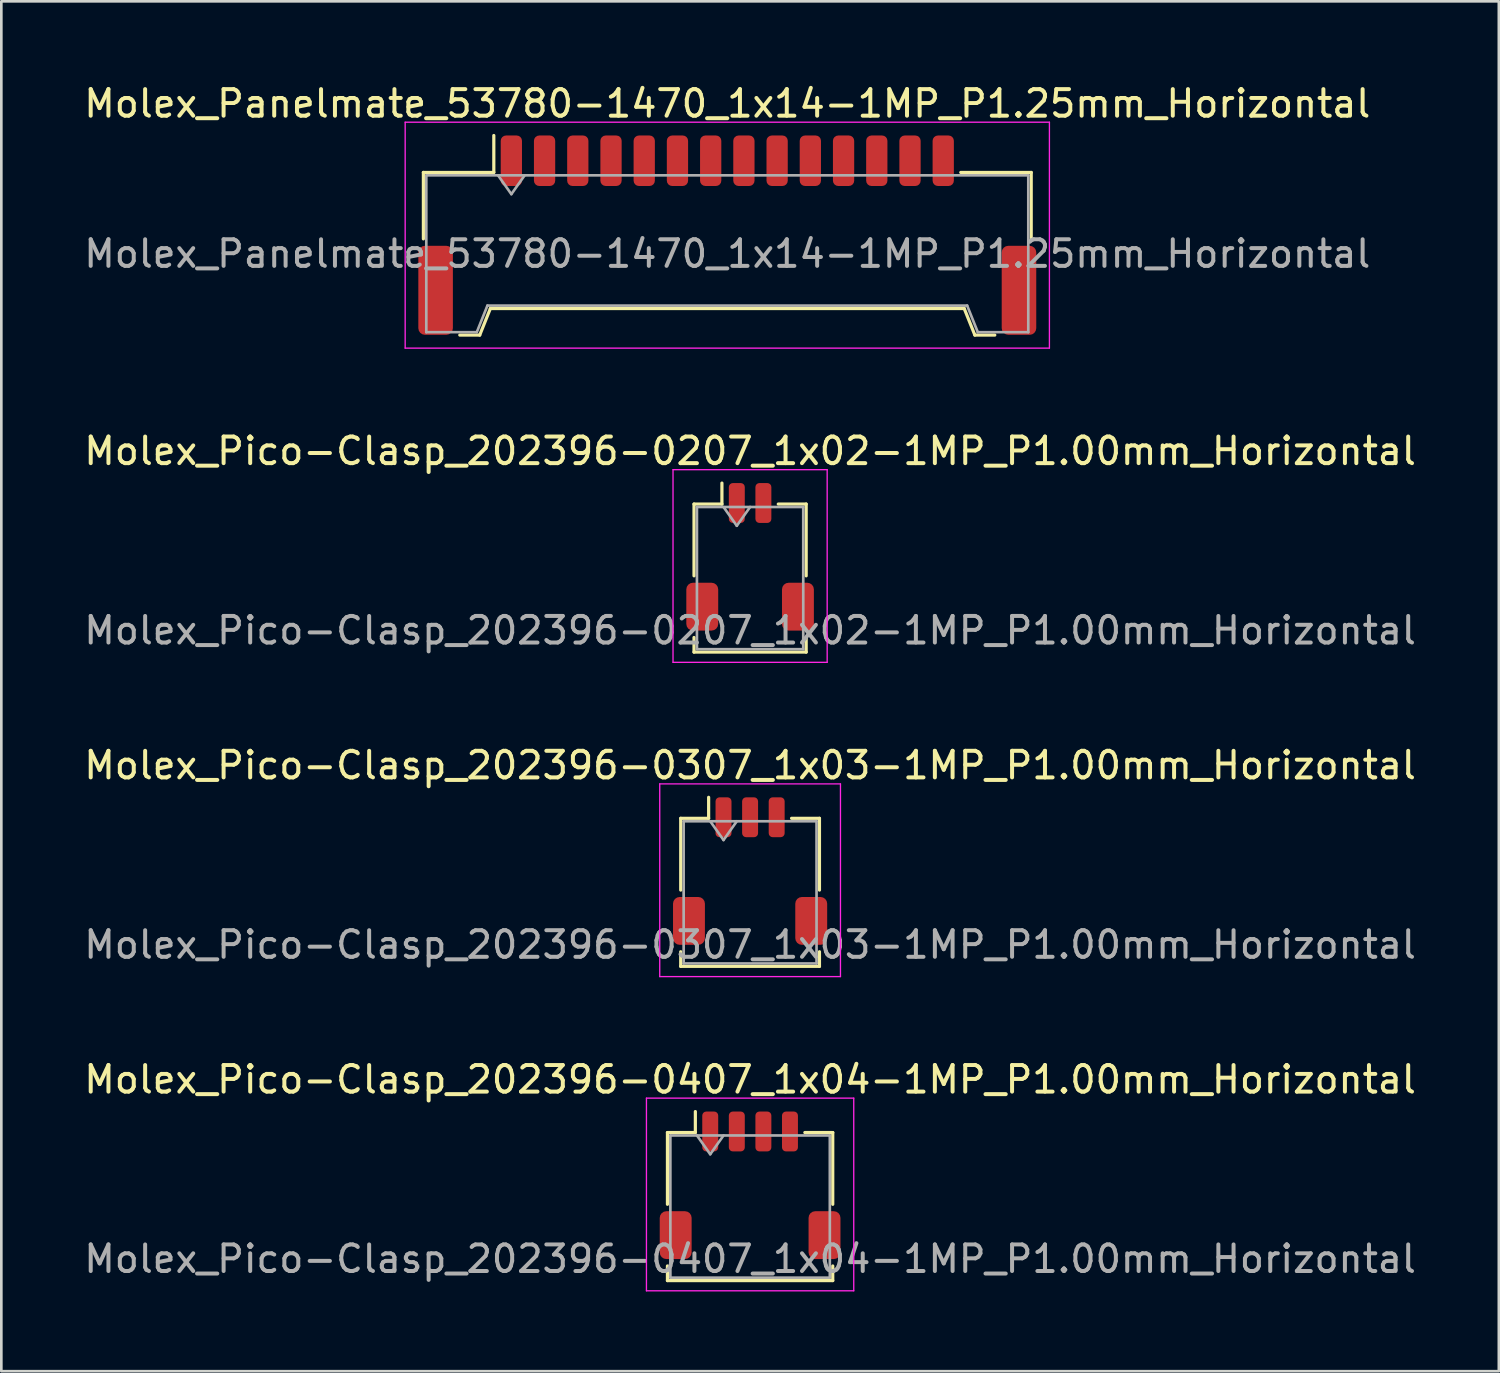
<source format=kicad_pcb>
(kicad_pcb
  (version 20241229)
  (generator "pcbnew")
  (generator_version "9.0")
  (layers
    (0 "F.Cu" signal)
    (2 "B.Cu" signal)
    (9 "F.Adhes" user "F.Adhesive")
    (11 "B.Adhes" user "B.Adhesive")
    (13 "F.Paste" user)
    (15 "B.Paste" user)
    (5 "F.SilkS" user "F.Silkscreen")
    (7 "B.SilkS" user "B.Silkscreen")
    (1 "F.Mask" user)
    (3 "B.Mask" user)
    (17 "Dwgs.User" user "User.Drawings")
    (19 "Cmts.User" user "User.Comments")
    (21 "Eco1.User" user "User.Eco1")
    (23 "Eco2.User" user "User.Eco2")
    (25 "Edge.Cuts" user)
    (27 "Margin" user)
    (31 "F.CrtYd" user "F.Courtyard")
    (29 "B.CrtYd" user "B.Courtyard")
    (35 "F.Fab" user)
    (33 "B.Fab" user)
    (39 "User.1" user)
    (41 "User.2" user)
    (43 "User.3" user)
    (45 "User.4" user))
  (footprint "Molex_Pico-Clasp_202396-0407_1x04-1MP_P1.00mm_Horizontal"
    (layer "F.Cu")
    (at 25.173 41.548)
    (property "Reference" "Molex_Pico-Clasp_202396-0407_1x04-1MP_P1.00mm_Horizontal" (at 0 -3.98 0) (layer "F.SilkS") (effects (font (size 1 1) (thickness 0.15))))
    (attr smd)
    (fp_line (start -3.11 -1.985) (end -2.06 -1.985) (stroke (width 0.12) (type solid)) (layer "F.SilkS"))
    (fp_line (start -3.11 0.715) (end -3.11 -1.985) (stroke (width 0.12) (type solid)) (layer "F.SilkS"))
    (fp_line (start -3.11 3.035) (end -3.11 3.585) (stroke (width 0.12) (type solid)) (layer "F.SilkS"))
    (fp_line (start -3.11 3.585) (end 3.11 3.585) (stroke (width 0.12) (type solid)) (layer "F.SilkS"))
    (fp_line (start -2.06 -1.985) (end -2.06 -2.775) (stroke (width 0.12) (type solid)) (layer "F.SilkS"))
    (fp_line (start 3.11 -1.985) (end 2.06 -1.985) (stroke (width 0.12) (type solid)) (layer "F.SilkS"))
    (fp_line (start 3.11 0.715) (end 3.11 -1.985) (stroke (width 0.12) (type solid)) (layer "F.SilkS"))
    (fp_line (start 3.11 3.585) (end 3.11 3.035) (stroke (width 0.12) (type solid)) (layer "F.SilkS"))
    (fp_line (start -3.9 -3.28) (end -3.9 3.97) (stroke (width 0.05) (type solid)) (layer "F.CrtYd"))
    (fp_line (start -3.9 3.97) (end 3.9 3.97) (stroke (width 0.05) (type solid)) (layer "F.CrtYd"))
    (fp_line (start 3.9 -3.28) (end -3.9 -3.28) (stroke (width 0.05) (type solid)) (layer "F.CrtYd"))
    (fp_line (start 3.9 3.97) (end 3.9 -3.28) (stroke (width 0.05) (type solid)) (layer "F.CrtYd"))
    (fp_line (start -3 -1.875) (end -3 3.475) (stroke (width 0.1) (type solid)) (layer "F.Fab"))
    (fp_line (start -3 -1.875) (end 3 -1.875) (stroke (width 0.1) (type solid)) (layer "F.Fab"))
    (fp_line (start -3 3.475) (end 3 3.475) (stroke (width 0.1) (type solid)) (layer "F.Fab"))
    (fp_line (start -2 -1.875) (end -1.5 -1.168) (stroke (width 0.1) (type solid)) (layer "F.Fab"))
    (fp_line (start -1.5 -1.168) (end -1 -1.875) (stroke (width 0.1) (type solid)) (layer "F.Fab"))
    (fp_line (start 3 -1.875) (end 3 3.475) (stroke (width 0.1) (type solid)) (layer "F.Fab"))
    (fp_text user "${REFERENCE}" (at 0 2.77 0) (layer "F.Fab") (effects (font (size 1 1) (thickness 0.15))))
    (pad "1" smd roundrect (at -1.5 -2.025) (size 0.6 1.5) (layers "F.Cu" "F.Mask" "F.Paste") (roundrect_rratio 0.25))
    (pad "2" smd roundrect (at -0.5 -2.025) (size 0.6 1.5) (layers "F.Cu" "F.Mask" "F.Paste") (roundrect_rratio 0.25))
    (pad "3" smd roundrect (at 0.5 -2.025) (size 0.6 1.5) (layers "F.Cu" "F.Mask" "F.Paste") (roundrect_rratio 0.25))
    (pad "4" smd roundrect (at 1.5 -2.025) (size 0.6 1.5) (layers "F.Cu" "F.Mask" "F.Paste") (roundrect_rratio 0.25))
    (pad "MP" smd roundrect (at -2.8 1.875) (size 1.2 1.8) (layers "F.Cu" "F.Mask" "F.Paste") (roundrect_rratio 0.208))
    (pad "MP" smd roundrect (at 2.8 1.875) (size 1.2 1.8) (layers "F.Cu" "F.Mask" "F.Paste") (roundrect_rratio 0.208)))
  (footprint "Molex_Pico-Clasp_202396-0307_1x03-1MP_P1.00mm_Horizontal"
    (layer "F.Cu")
    (at 25.173 29.725)
    (property "Reference" "Molex_Pico-Clasp_202396-0307_1x03-1MP_P1.00mm_Horizontal" (at 0 -3.98 0) (layer "F.SilkS") (effects (font (size 1 1) (thickness 0.15))))
    (attr smd)
    (fp_line (start -2.61 -1.985) (end -1.56 -1.985) (stroke (width 0.12) (type solid)) (layer "F.SilkS"))
    (fp_line (start -2.61 0.715) (end -2.61 -1.985) (stroke (width 0.12) (type solid)) (layer "F.SilkS"))
    (fp_line (start -2.61 3.035) (end -2.61 3.585) (stroke (width 0.12) (type solid)) (layer "F.SilkS"))
    (fp_line (start -2.61 3.585) (end 2.61 3.585) (stroke (width 0.12) (type solid)) (layer "F.SilkS"))
    (fp_line (start -1.56 -1.985) (end -1.56 -2.775) (stroke (width 0.12) (type solid)) (layer "F.SilkS"))
    (fp_line (start 2.61 -1.985) (end 1.56 -1.985) (stroke (width 0.12) (type solid)) (layer "F.SilkS"))
    (fp_line (start 2.61 0.715) (end 2.61 -1.985) (stroke (width 0.12) (type solid)) (layer "F.SilkS"))
    (fp_line (start 2.61 3.585) (end 2.61 3.035) (stroke (width 0.12) (type solid)) (layer "F.SilkS"))
    (fp_line (start -3.4 -3.28) (end -3.4 3.97) (stroke (width 0.05) (type solid)) (layer "F.CrtYd"))
    (fp_line (start -3.4 3.97) (end 3.4 3.97) (stroke (width 0.05) (type solid)) (layer "F.CrtYd"))
    (fp_line (start 3.4 -3.28) (end -3.4 -3.28) (stroke (width 0.05) (type solid)) (layer "F.CrtYd"))
    (fp_line (start 3.4 3.97) (end 3.4 -3.28) (stroke (width 0.05) (type solid)) (layer "F.CrtYd"))
    (fp_line (start -2.5 -1.875) (end -2.5 3.475) (stroke (width 0.1) (type solid)) (layer "F.Fab"))
    (fp_line (start -2.5 -1.875) (end 2.5 -1.875) (stroke (width 0.1) (type solid)) (layer "F.Fab"))
    (fp_line (start -2.5 3.475) (end 2.5 3.475) (stroke (width 0.1) (type solid)) (layer "F.Fab"))
    (fp_line (start -1.5 -1.875) (end -1 -1.168) (stroke (width 0.1) (type solid)) (layer "F.Fab"))
    (fp_line (start -1 -1.168) (end -0.5 -1.875) (stroke (width 0.1) (type solid)) (layer "F.Fab"))
    (fp_line (start 2.5 -1.875) (end 2.5 3.475) (stroke (width 0.1) (type solid)) (layer "F.Fab"))
    (fp_text user "${REFERENCE}" (at 0 2.77 0) (layer "F.Fab") (effects (font (size 1 1) (thickness 0.15))))
    (pad "1" smd roundrect (at -1 -2.025) (size 0.6 1.5) (layers "F.Cu" "F.Mask" "F.Paste") (roundrect_rratio 0.25))
    (pad "2" smd roundrect (at 0 -2.025) (size 0.6 1.5) (layers "F.Cu" "F.Mask" "F.Paste") (roundrect_rratio 0.25))
    (pad "3" smd roundrect (at 1 -2.025) (size 0.6 1.5) (layers "F.Cu" "F.Mask" "F.Paste") (roundrect_rratio 0.25))
    (pad "MP" smd roundrect (at -2.3 1.875) (size 1.2 1.8) (layers "F.Cu" "F.Mask" "F.Paste") (roundrect_rratio 0.208))
    (pad "MP" smd roundrect (at 2.3 1.875) (size 1.2 1.8) (layers "F.Cu" "F.Mask" "F.Paste") (roundrect_rratio 0.208)))
  (footprint "Molex_Panelmate_53780-1470_1x14-1MP_P1.25mm_Horizontal"
    (layer "F.Cu")
    (at 24.315 5.798)
    (property "Reference" "Molex_Panelmate_53780-1470_1x14-1MP_P1.25mm_Horizontal" (at 0 -4.95 0) (layer "F.SilkS") (effects (font (size 1 1) (thickness 0.15))))
    (attr smd)
    (fp_line (start -11.435 -2.36) (end -8.785 -2.36) (stroke (width 0.12) (type solid)) (layer "F.SilkS"))
    (fp_line (start -11.435 0.14) (end -11.435 -2.36) (stroke (width 0.12) (type solid)) (layer "F.SilkS"))
    (fp_line (start -10.065 3.76) (end -9.315 3.76) (stroke (width 0.12) (type solid)) (layer "F.SilkS"))
    (fp_line (start -9.315 3.76) (end -8.915 2.76) (stroke (width 0.12) (type solid)) (layer "F.SilkS"))
    (fp_line (start -8.915 2.76) (end 8.915 2.76) (stroke (width 0.12) (type solid)) (layer "F.SilkS"))
    (fp_line (start -8.785 -2.36) (end -8.785 -3.75) (stroke (width 0.12) (type solid)) (layer "F.SilkS"))
    (fp_line (start 8.915 2.76) (end 9.315 3.76) (stroke (width 0.12) (type solid)) (layer "F.SilkS"))
    (fp_line (start 9.315 3.76) (end 10.065 3.76) (stroke (width 0.12) (type solid)) (layer "F.SilkS"))
    (fp_line (start 11.435 -2.36) (end 8.785 -2.36) (stroke (width 0.12) (type solid)) (layer "F.SilkS"))
    (fp_line (start 11.435 0.14) (end 11.435 -2.36) (stroke (width 0.12) (type solid)) (layer "F.SilkS"))
    (fp_line (start -12.12 -4.25) (end -12.12 4.25) (stroke (width 0.05) (type solid)) (layer "F.CrtYd"))
    (fp_line (start -12.12 4.25) (end 12.12 4.25) (stroke (width 0.05) (type solid)) (layer "F.CrtYd"))
    (fp_line (start 12.12 -4.25) (end -12.12 -4.25) (stroke (width 0.05) (type solid)) (layer "F.CrtYd"))
    (fp_line (start 12.12 4.25) (end 12.12 -4.25) (stroke (width 0.05) (type solid)) (layer "F.CrtYd"))
    (fp_line (start -11.325 -2.25) (end -11.325 3.65) (stroke (width 0.1) (type solid)) (layer "F.Fab"))
    (fp_line (start -11.325 -2.25) (end 11.325 -2.25) (stroke (width 0.1) (type solid)) (layer "F.Fab"))
    (fp_line (start -11.325 3.65) (end -9.425 3.65) (stroke (width 0.1) (type solid)) (layer "F.Fab"))
    (fp_line (start -9.425 3.65) (end -9.025 2.65) (stroke (width 0.1) (type solid)) (layer "F.Fab"))
    (fp_line (start -9.025 2.65) (end 9.025 2.65) (stroke (width 0.1) (type solid)) (layer "F.Fab"))
    (fp_line (start -8.625 -2.25) (end -8.125 -1.543) (stroke (width 0.1) (type solid)) (layer "F.Fab"))
    (fp_line (start -8.125 -1.543) (end -7.625 -2.25) (stroke (width 0.1) (type solid)) (layer "F.Fab"))
    (fp_line (start 9.025 2.65) (end 9.425 3.65) (stroke (width 0.1) (type solid)) (layer "F.Fab"))
    (fp_line (start 9.425 3.65) (end 11.325 3.65) (stroke (width 0.1) (type solid)) (layer "F.Fab"))
    (fp_line (start 11.325 -2.25) (end 11.325 3.65) (stroke (width 0.1) (type solid)) (layer "F.Fab"))
    (fp_text user "${REFERENCE}" (at 0 0.7 0) (layer "F.Fab") (effects (font (size 1 1) (thickness 0.15))))
    (pad "1" smd roundrect (at -8.125 -2.8) (size 0.8 1.9) (layers "F.Cu" "F.Mask" "F.Paste") (roundrect_rratio 0.25))
    (pad "2" smd roundrect (at -6.875 -2.8) (size 0.8 1.9) (layers "F.Cu" "F.Mask" "F.Paste") (roundrect_rratio 0.25))
    (pad "3" smd roundrect (at -5.625 -2.8) (size 0.8 1.9) (layers "F.Cu" "F.Mask" "F.Paste") (roundrect_rratio 0.25))
    (pad "4" smd roundrect (at -4.375 -2.8) (size 0.8 1.9) (layers "F.Cu" "F.Mask" "F.Paste") (roundrect_rratio 0.25))
    (pad "5" smd roundrect (at -3.125 -2.8) (size 0.8 1.9) (layers "F.Cu" "F.Mask" "F.Paste") (roundrect_rratio 0.25))
    (pad "6" smd roundrect (at -1.875 -2.8) (size 0.8 1.9) (layers "F.Cu" "F.Mask" "F.Paste") (roundrect_rratio 0.25))
    (pad "7" smd roundrect (at -0.625 -2.8) (size 0.8 1.9) (layers "F.Cu" "F.Mask" "F.Paste") (roundrect_rratio 0.25))
    (pad "8" smd roundrect (at 0.625 -2.8) (size 0.8 1.9) (layers "F.Cu" "F.Mask" "F.Paste") (roundrect_rratio 0.25))
    (pad "9" smd roundrect (at 1.875 -2.8) (size 0.8 1.9) (layers "F.Cu" "F.Mask" "F.Paste") (roundrect_rratio 0.25))
    (pad "10" smd roundrect (at 3.125 -2.8) (size 0.8 1.9) (layers "F.Cu" "F.Mask" "F.Paste") (roundrect_rratio 0.25))
    (pad "11" smd roundrect (at 4.375 -2.8) (size 0.8 1.9) (layers "F.Cu" "F.Mask" "F.Paste") (roundrect_rratio 0.25))
    (pad "12" smd roundrect (at 5.625 -2.8) (size 0.8 1.9) (layers "F.Cu" "F.Mask" "F.Paste") (roundrect_rratio 0.25))
    (pad "13" smd roundrect (at 6.875 -2.8) (size 0.8 1.9) (layers "F.Cu" "F.Mask" "F.Paste") (roundrect_rratio 0.25))
    (pad "14" smd roundrect (at 8.125 -2.8) (size 0.8 1.9) (layers "F.Cu" "F.Mask" "F.Paste") (roundrect_rratio 0.25))
    (pad "MP" smd roundrect (at -10.975 2.075) (size 1.3 3.35) (layers "F.Cu" "F.Mask" "F.Paste") (roundrect_rratio 0.192))
    (pad "MP" smd roundrect (at 10.975 2.075) (size 1.3 3.35) (layers "F.Cu" "F.Mask" "F.Paste") (roundrect_rratio 0.192)))
  (footprint "Molex_Pico-Clasp_202396-0207_1x02-1MP_P1.00mm_Horizontal"
    (layer "F.Cu")
    (at 25.173 17.901)
    (property "Reference" "Molex_Pico-Clasp_202396-0207_1x02-1MP_P1.00mm_Horizontal" (at 0 -3.98 0) (layer "F.SilkS") (effects (font (size 1 1) (thickness 0.15))))
    (attr smd)
    (fp_line (start -2.11 -1.985) (end -1.06 -1.985) (stroke (width 0.12) (type solid)) (layer "F.SilkS"))
    (fp_line (start -2.11 0.715) (end -2.11 -1.985) (stroke (width 0.12) (type solid)) (layer "F.SilkS"))
    (fp_line (start -2.11 3.035) (end -2.11 3.585) (stroke (width 0.12) (type solid)) (layer "F.SilkS"))
    (fp_line (start -2.11 3.585) (end 2.11 3.585) (stroke (width 0.12) (type solid)) (layer "F.SilkS"))
    (fp_line (start -1.06 -1.985) (end -1.06 -2.775) (stroke (width 0.12) (type solid)) (layer "F.SilkS"))
    (fp_line (start 2.11 -1.985) (end 1.06 -1.985) (stroke (width 0.12) (type solid)) (layer "F.SilkS"))
    (fp_line (start 2.11 0.715) (end 2.11 -1.985) (stroke (width 0.12) (type solid)) (layer "F.SilkS"))
    (fp_line (start 2.11 3.585) (end 2.11 3.035) (stroke (width 0.12) (type solid)) (layer "F.SilkS"))
    (fp_line (start -2.9 -3.28) (end -2.9 3.97) (stroke (width 0.05) (type solid)) (layer "F.CrtYd"))
    (fp_line (start -2.9 3.97) (end 2.9 3.97) (stroke (width 0.05) (type solid)) (layer "F.CrtYd"))
    (fp_line (start 2.9 -3.28) (end -2.9 -3.28) (stroke (width 0.05) (type solid)) (layer "F.CrtYd"))
    (fp_line (start 2.9 3.97) (end 2.9 -3.28) (stroke (width 0.05) (type solid)) (layer "F.CrtYd"))
    (fp_line (start -2 -1.875) (end -2 3.475) (stroke (width 0.1) (type solid)) (layer "F.Fab"))
    (fp_line (start -2 -1.875) (end 2 -1.875) (stroke (width 0.1) (type solid)) (layer "F.Fab"))
    (fp_line (start -2 3.475) (end 2 3.475) (stroke (width 0.1) (type solid)) (layer "F.Fab"))
    (fp_line (start -1 -1.875) (end -0.5 -1.168) (stroke (width 0.1) (type solid)) (layer "F.Fab"))
    (fp_line (start -0.5 -1.168) (end 0 -1.875) (stroke (width 0.1) (type solid)) (layer "F.Fab"))
    (fp_line (start 2 -1.875) (end 2 3.475) (stroke (width 0.1) (type solid)) (layer "F.Fab"))
    (fp_text user "${REFERENCE}" (at 0 2.77 0) (layer "F.Fab") (effects (font (size 1 1) (thickness 0.15))))
    (pad "1" smd roundrect (at -0.5 -2.025) (size 0.6 1.5) (layers "F.Cu" "F.Mask" "F.Paste") (roundrect_rratio 0.25))
    (pad "2" smd roundrect (at 0.5 -2.025) (size 0.6 1.5) (layers "F.Cu" "F.Mask" "F.Paste") (roundrect_rratio 0.25))
    (pad "MP" smd roundrect (at -1.8 1.875) (size 1.2 1.8) (layers "F.Cu" "F.Mask" "F.Paste") (roundrect_rratio 0.208))
    (pad "MP" smd roundrect (at 1.8 1.875) (size 1.2 1.8) (layers "F.Cu" "F.Mask" "F.Paste") (roundrect_rratio 0.208)))
  (gr_rect
    (start -3 -3)
    (end 53.345 48.543)
    (stroke (width 0.1) (type default))
    (fill no)
    (layer "Edge.Cuts")))
</source>
